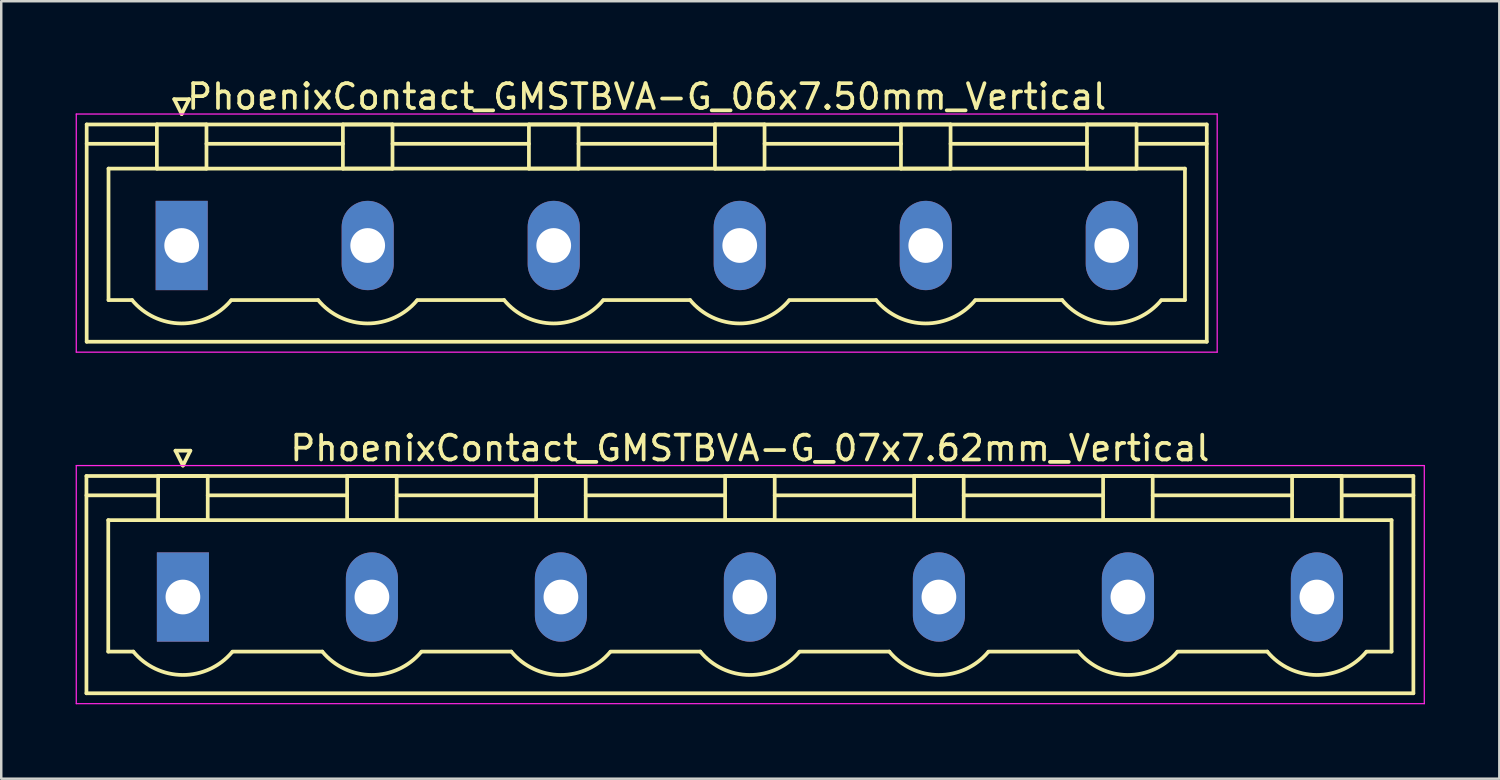
<source format=kicad_pcb>
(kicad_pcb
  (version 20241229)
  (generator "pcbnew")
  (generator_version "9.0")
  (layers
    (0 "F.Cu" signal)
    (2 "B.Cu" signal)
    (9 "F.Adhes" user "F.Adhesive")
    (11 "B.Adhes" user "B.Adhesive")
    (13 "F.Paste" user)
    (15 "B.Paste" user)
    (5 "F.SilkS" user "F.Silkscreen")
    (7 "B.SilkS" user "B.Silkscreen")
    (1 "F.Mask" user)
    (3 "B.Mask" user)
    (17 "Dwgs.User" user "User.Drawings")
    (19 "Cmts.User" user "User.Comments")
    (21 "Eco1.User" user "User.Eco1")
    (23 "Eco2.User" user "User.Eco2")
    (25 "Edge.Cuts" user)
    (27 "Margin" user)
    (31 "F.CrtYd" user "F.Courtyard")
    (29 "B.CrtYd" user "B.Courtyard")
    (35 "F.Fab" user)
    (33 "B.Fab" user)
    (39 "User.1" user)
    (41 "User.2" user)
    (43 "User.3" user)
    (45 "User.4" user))
  (footprint "PhoenixContact_GMSTBVA-G_07x7.62mm_Vertical"
    (layer "F.Cu")
    (at 4.325 21.021)
    (property "Reference" "PhoenixContact_GMSTBVA-G_07x7.62mm_Vertical" (at 22.86 -6 0) (layer "F.SilkS") (effects (font (size 1 1) (thickness 0.15))))
    (attr through_hole)
    (fp_line (start -3.89 -4.88) (end -3.89 3.88) (stroke (width 0.15) (type solid)) (layer "F.SilkS"))
    (fp_line (start -3.89 -4.1) (end -1.08 -4.1) (stroke (width 0.15) (type solid)) (layer "F.SilkS"))
    (fp_line (start -3.89 3.88) (end 49.61 3.88) (stroke (width 0.15) (type solid)) (layer "F.SilkS"))
    (fp_line (start -3.01 -3.1) (end 48.73 -3.1) (stroke (width 0.15) (type solid)) (layer "F.SilkS"))
    (fp_line (start -3.01 2.2) (end -3.01 -3.1) (stroke (width 0.15) (type solid)) (layer "F.SilkS"))
    (fp_line (start -2 2.2) (end -3.01 2.2) (stroke (width 0.15) (type solid)) (layer "F.SilkS"))
    (fp_line (start -1 -4.88) (end 1 -4.88) (stroke (width 0.15) (type solid)) (layer "F.SilkS"))
    (fp_line (start -1 -3.1) (end -1 -4.88) (stroke (width 0.15) (type solid)) (layer "F.SilkS"))
    (fp_line (start -0.3 -5.9) (end 0 -5.3) (stroke (width 0.15) (type solid)) (layer "F.SilkS"))
    (fp_line (start 0 -5.3) (end 0.3 -5.9) (stroke (width 0.15) (type solid)) (layer "F.SilkS"))
    (fp_line (start 0.3 -5.9) (end -0.3 -5.9) (stroke (width 0.15) (type solid)) (layer "F.SilkS"))
    (fp_line (start 1 -4.88) (end 1 -3.1) (stroke (width 0.15) (type solid)) (layer "F.SilkS"))
    (fp_line (start 1 -4.1) (end 6.62 -4.1) (stroke (width 0.15) (type solid)) (layer "F.SilkS"))
    (fp_line (start 1 -3.1) (end -1 -3.1) (stroke (width 0.15) (type solid)) (layer "F.SilkS"))
    (fp_line (start 2 2.2) (end 5.62 2.2) (stroke (width 0.15) (type solid)) (layer "F.SilkS"))
    (fp_line (start 6.62 -4.88) (end 8.62 -4.88) (stroke (width 0.15) (type solid)) (layer "F.SilkS"))
    (fp_line (start 6.62 -3.1) (end 6.62 -4.88) (stroke (width 0.15) (type solid)) (layer "F.SilkS"))
    (fp_line (start 8.62 -4.88) (end 8.62 -3.1) (stroke (width 0.15) (type solid)) (layer "F.SilkS"))
    (fp_line (start 8.62 -4.1) (end 14.24 -4.1) (stroke (width 0.15) (type solid)) (layer "F.SilkS"))
    (fp_line (start 8.62 -3.1) (end 6.62 -3.1) (stroke (width 0.15) (type solid)) (layer "F.SilkS"))
    (fp_line (start 9.62 2.2) (end 13.24 2.2) (stroke (width 0.15) (type solid)) (layer "F.SilkS"))
    (fp_line (start 14.24 -4.88) (end 16.24 -4.88) (stroke (width 0.15) (type solid)) (layer "F.SilkS"))
    (fp_line (start 14.24 -3.1) (end 14.24 -4.88) (stroke (width 0.15) (type solid)) (layer "F.SilkS"))
    (fp_line (start 16.24 -4.88) (end 16.24 -3.1) (stroke (width 0.15) (type solid)) (layer "F.SilkS"))
    (fp_line (start 16.24 -4.1) (end 21.86 -4.1) (stroke (width 0.15) (type solid)) (layer "F.SilkS"))
    (fp_line (start 16.24 -3.1) (end 14.24 -3.1) (stroke (width 0.15) (type solid)) (layer "F.SilkS"))
    (fp_line (start 17.24 2.2) (end 20.86 2.2) (stroke (width 0.15) (type solid)) (layer "F.SilkS"))
    (fp_line (start 21.86 -4.88) (end 23.86 -4.88) (stroke (width 0.15) (type solid)) (layer "F.SilkS"))
    (fp_line (start 21.86 -3.1) (end 21.86 -4.88) (stroke (width 0.15) (type solid)) (layer "F.SilkS"))
    (fp_line (start 23.86 -4.88) (end 23.86 -3.1) (stroke (width 0.15) (type solid)) (layer "F.SilkS"))
    (fp_line (start 23.86 -4.1) (end 29.48 -4.1) (stroke (width 0.15) (type solid)) (layer "F.SilkS"))
    (fp_line (start 23.86 -3.1) (end 21.86 -3.1) (stroke (width 0.15) (type solid)) (layer "F.SilkS"))
    (fp_line (start 24.86 2.2) (end 28.48 2.2) (stroke (width 0.15) (type solid)) (layer "F.SilkS"))
    (fp_line (start 29.48 -4.88) (end 31.48 -4.88) (stroke (width 0.15) (type solid)) (layer "F.SilkS"))
    (fp_line (start 29.48 -3.1) (end 29.48 -4.88) (stroke (width 0.15) (type solid)) (layer "F.SilkS"))
    (fp_line (start 31.48 -4.88) (end 31.48 -3.1) (stroke (width 0.15) (type solid)) (layer "F.SilkS"))
    (fp_line (start 31.48 -4.1) (end 37.1 -4.1) (stroke (width 0.15) (type solid)) (layer "F.SilkS"))
    (fp_line (start 31.48 -3.1) (end 29.48 -3.1) (stroke (width 0.15) (type solid)) (layer "F.SilkS"))
    (fp_line (start 32.48 2.2) (end 36.1 2.2) (stroke (width 0.15) (type solid)) (layer "F.SilkS"))
    (fp_line (start 37.1 -4.88) (end 39.1 -4.88) (stroke (width 0.15) (type solid)) (layer "F.SilkS"))
    (fp_line (start 37.1 -3.1) (end 37.1 -4.88) (stroke (width 0.15) (type solid)) (layer "F.SilkS"))
    (fp_line (start 39.1 -4.88) (end 39.1 -3.1) (stroke (width 0.15) (type solid)) (layer "F.SilkS"))
    (fp_line (start 39.1 -4.1) (end 44.72 -4.1) (stroke (width 0.15) (type solid)) (layer "F.SilkS"))
    (fp_line (start 39.1 -3.1) (end 37.1 -3.1) (stroke (width 0.15) (type solid)) (layer "F.SilkS"))
    (fp_line (start 40.1 2.2) (end 43.72 2.2) (stroke (width 0.15) (type solid)) (layer "F.SilkS"))
    (fp_line (start 44.72 -4.88) (end 46.72 -4.88) (stroke (width 0.15) (type solid)) (layer "F.SilkS"))
    (fp_line (start 44.72 -3.1) (end 44.72 -4.88) (stroke (width 0.15) (type solid)) (layer "F.SilkS"))
    (fp_line (start 46.72 -4.88) (end 46.72 -3.1) (stroke (width 0.15) (type solid)) (layer "F.SilkS"))
    (fp_line (start 46.72 -3.1) (end 44.72 -3.1) (stroke (width 0.15) (type solid)) (layer "F.SilkS"))
    (fp_line (start 48.73 -3.1) (end 48.73 2.2) (stroke (width 0.15) (type solid)) (layer "F.SilkS"))
    (fp_line (start 48.73 2.2) (end 47.72 2.2) (stroke (width 0.15) (type solid)) (layer "F.SilkS"))
    (fp_line (start 49.61 -4.88) (end -3.89 -4.88) (stroke (width 0.15) (type solid)) (layer "F.SilkS"))
    (fp_line (start 49.61 -4.1) (end 46.8 -4.1) (stroke (width 0.15) (type solid)) (layer "F.SilkS"))
    (fp_line (start 49.61 3.88) (end 49.61 -4.88) (stroke (width 0.15) (type solid)) (layer "F.SilkS"))
    (fp_arc (start 1.986842 2.215821) (mid -0.010289 3.142758) (end -2 2.2) (stroke (width 0.15) (type solid)) (layer "F.SilkS"))
    (fp_arc (start 9.606842 2.215821) (mid 7.609711 3.142758) (end 5.62 2.2) (stroke (width 0.15) (type solid)) (layer "F.SilkS"))
    (fp_arc (start 17.226842 2.215821) (mid 15.229711 3.142758) (end 13.24 2.2) (stroke (width 0.15) (type solid)) (layer "F.SilkS"))
    (fp_arc (start 24.846842 2.215821) (mid 22.849711 3.142758) (end 20.86 2.2) (stroke (width 0.15) (type solid)) (layer "F.SilkS"))
    (fp_arc (start 32.466842 2.215821) (mid 30.469711 3.142758) (end 28.48 2.2) (stroke (width 0.15) (type solid)) (layer "F.SilkS"))
    (fp_arc (start 40.086842 2.215821) (mid 38.089711 3.142758) (end 36.1 2.2) (stroke (width 0.15) (type solid)) (layer "F.SilkS"))
    (fp_arc (start 47.706842 2.215821) (mid 45.709711 3.142758) (end 43.72 2.2) (stroke (width 0.15) (type solid)) (layer "F.SilkS"))
    (fp_line (start -4.3 -5.3) (end -4.3 4.3) (stroke (width 0.05) (type solid)) (layer "F.CrtYd"))
    (fp_line (start -4.3 4.3) (end 50.05 4.3) (stroke (width 0.05) (type solid)) (layer "F.CrtYd"))
    (fp_line (start 50.05 -5.3) (end -4.3 -5.3) (stroke (width 0.05) (type solid)) (layer "F.CrtYd"))
    (fp_line (start 50.05 4.3) (end 50.05 -5.3) (stroke (width 0.05) (type solid)) (layer "F.CrtYd"))
    (pad "1" thru_hole rect (at 0 0) (size 2.1 3.6) (drill 1.4) (layers "*.Cu" "*.Mask"))
    (pad "2" thru_hole oval (at 7.62 0) (size 2.1 3.6) (drill 1.4) (layers "*.Cu" "*.Mask"))
    (pad "3" thru_hole oval (at 15.24 0) (size 2.1 3.6) (drill 1.4) (layers "*.Cu" "*.Mask"))
    (pad "4" thru_hole oval (at 22.86 0) (size 2.1 3.6) (drill 1.4) (layers "*.Cu" "*.Mask"))
    (pad "5" thru_hole oval (at 30.48 0) (size 2.1 3.6) (drill 1.4) (layers "*.Cu" "*.Mask"))
    (pad "6" thru_hole oval (at 38.1 0) (size 2.1 3.6) (drill 1.4) (layers "*.Cu" "*.Mask"))
    (pad "7" thru_hole oval (at 45.72 0) (size 2.1 3.6) (drill 1.4) (layers "*.Cu" "*.Mask")))
  (footprint "PhoenixContact_GMSTBVA-G_06x7.50mm_Vertical"
    (layer "F.Cu")
    (at 4.275 6.848)
    (property "Reference" "PhoenixContact_GMSTBVA-G_06x7.50mm_Vertical" (at 18.75 -6 0) (layer "F.SilkS") (effects (font (size 1 1) (thickness 0.15))))
    (attr through_hole)
    (fp_line (start -3.83 -4.88) (end -3.83 3.88) (stroke (width 0.15) (type solid)) (layer "F.SilkS"))
    (fp_line (start -3.83 -4.1) (end -1.08 -4.1) (stroke (width 0.15) (type solid)) (layer "F.SilkS"))
    (fp_line (start -3.83 3.88) (end 41.33 3.88) (stroke (width 0.15) (type solid)) (layer "F.SilkS"))
    (fp_line (start -2.95 -3.1) (end 40.45 -3.1) (stroke (width 0.15) (type solid)) (layer "F.SilkS"))
    (fp_line (start -2.95 2.2) (end -2.95 -3.1) (stroke (width 0.15) (type solid)) (layer "F.SilkS"))
    (fp_line (start -2 2.2) (end -2.95 2.2) (stroke (width 0.15) (type solid)) (layer "F.SilkS"))
    (fp_line (start -1 -4.88) (end 1 -4.88) (stroke (width 0.15) (type solid)) (layer "F.SilkS"))
    (fp_line (start -1 -3.1) (end -1 -4.88) (stroke (width 0.15) (type solid)) (layer "F.SilkS"))
    (fp_line (start -0.3 -5.9) (end 0 -5.3) (stroke (width 0.15) (type solid)) (layer "F.SilkS"))
    (fp_line (start 0 -5.3) (end 0.3 -5.9) (stroke (width 0.15) (type solid)) (layer "F.SilkS"))
    (fp_line (start 0.3 -5.9) (end -0.3 -5.9) (stroke (width 0.15) (type solid)) (layer "F.SilkS"))
    (fp_line (start 1 -4.88) (end 1 -3.1) (stroke (width 0.15) (type solid)) (layer "F.SilkS"))
    (fp_line (start 1 -4.1) (end 6.5 -4.1) (stroke (width 0.15) (type solid)) (layer "F.SilkS"))
    (fp_line (start 1 -3.1) (end -1 -3.1) (stroke (width 0.15) (type solid)) (layer "F.SilkS"))
    (fp_line (start 2 2.2) (end 5.5 2.2) (stroke (width 0.15) (type solid)) (layer "F.SilkS"))
    (fp_line (start 6.5 -4.88) (end 8.5 -4.88) (stroke (width 0.15) (type solid)) (layer "F.SilkS"))
    (fp_line (start 6.5 -3.1) (end 6.5 -4.88) (stroke (width 0.15) (type solid)) (layer "F.SilkS"))
    (fp_line (start 8.5 -4.88) (end 8.5 -3.1) (stroke (width 0.15) (type solid)) (layer "F.SilkS"))
    (fp_line (start 8.5 -4.1) (end 14 -4.1) (stroke (width 0.15) (type solid)) (layer "F.SilkS"))
    (fp_line (start 8.5 -3.1) (end 6.5 -3.1) (stroke (width 0.15) (type solid)) (layer "F.SilkS"))
    (fp_line (start 9.5 2.2) (end 13 2.2) (stroke (width 0.15) (type solid)) (layer "F.SilkS"))
    (fp_line (start 14 -4.88) (end 16 -4.88) (stroke (width 0.15) (type solid)) (layer "F.SilkS"))
    (fp_line (start 14 -3.1) (end 14 -4.88) (stroke (width 0.15) (type solid)) (layer "F.SilkS"))
    (fp_line (start 16 -4.88) (end 16 -3.1) (stroke (width 0.15) (type solid)) (layer "F.SilkS"))
    (fp_line (start 16 -4.1) (end 21.5 -4.1) (stroke (width 0.15) (type solid)) (layer "F.SilkS"))
    (fp_line (start 16 -3.1) (end 14 -3.1) (stroke (width 0.15) (type solid)) (layer "F.SilkS"))
    (fp_line (start 17 2.2) (end 20.5 2.2) (stroke (width 0.15) (type solid)) (layer "F.SilkS"))
    (fp_line (start 21.5 -4.88) (end 23.5 -4.88) (stroke (width 0.15) (type solid)) (layer "F.SilkS"))
    (fp_line (start 21.5 -3.1) (end 21.5 -4.88) (stroke (width 0.15) (type solid)) (layer "F.SilkS"))
    (fp_line (start 23.5 -4.88) (end 23.5 -3.1) (stroke (width 0.15) (type solid)) (layer "F.SilkS"))
    (fp_line (start 23.5 -4.1) (end 29 -4.1) (stroke (width 0.15) (type solid)) (layer "F.SilkS"))
    (fp_line (start 23.5 -3.1) (end 21.5 -3.1) (stroke (width 0.15) (type solid)) (layer "F.SilkS"))
    (fp_line (start 24.5 2.2) (end 28 2.2) (stroke (width 0.15) (type solid)) (layer "F.SilkS"))
    (fp_line (start 29 -4.88) (end 31 -4.88) (stroke (width 0.15) (type solid)) (layer "F.SilkS"))
    (fp_line (start 29 -3.1) (end 29 -4.88) (stroke (width 0.15) (type solid)) (layer "F.SilkS"))
    (fp_line (start 31 -4.88) (end 31 -3.1) (stroke (width 0.15) (type solid)) (layer "F.SilkS"))
    (fp_line (start 31 -4.1) (end 36.5 -4.1) (stroke (width 0.15) (type solid)) (layer "F.SilkS"))
    (fp_line (start 31 -3.1) (end 29 -3.1) (stroke (width 0.15) (type solid)) (layer "F.SilkS"))
    (fp_line (start 32 2.2) (end 35.5 2.2) (stroke (width 0.15) (type solid)) (layer "F.SilkS"))
    (fp_line (start 36.5 -4.88) (end 38.5 -4.88) (stroke (width 0.15) (type solid)) (layer "F.SilkS"))
    (fp_line (start 36.5 -3.1) (end 36.5 -4.88) (stroke (width 0.15) (type solid)) (layer "F.SilkS"))
    (fp_line (start 38.5 -4.88) (end 38.5 -3.1) (stroke (width 0.15) (type solid)) (layer "F.SilkS"))
    (fp_line (start 38.5 -3.1) (end 36.5 -3.1) (stroke (width 0.15) (type solid)) (layer "F.SilkS"))
    (fp_line (start 40.45 -3.1) (end 40.45 2.2) (stroke (width 0.15) (type solid)) (layer "F.SilkS"))
    (fp_line (start 40.45 2.2) (end 39.5 2.2) (stroke (width 0.15) (type solid)) (layer "F.SilkS"))
    (fp_line (start 41.33 -4.88) (end -3.83 -4.88) (stroke (width 0.15) (type solid)) (layer "F.SilkS"))
    (fp_line (start 41.33 -4.1) (end 38.58 -4.1) (stroke (width 0.15) (type solid)) (layer "F.SilkS"))
    (fp_line (start 41.33 3.88) (end 41.33 -4.88) (stroke (width 0.15) (type solid)) (layer "F.SilkS"))
    (fp_arc (start 1.986842 2.215821) (mid -0.010289 3.142758) (end -2 2.2) (stroke (width 0.15) (type solid)) (layer "F.SilkS"))
    (fp_arc (start 9.486842 2.215821) (mid 7.489711 3.142758) (end 5.5 2.2) (stroke (width 0.15) (type solid)) (layer "F.SilkS"))
    (fp_arc (start 16.986842 2.215821) (mid 14.989711 3.142758) (end 13 2.2) (stroke (width 0.15) (type solid)) (layer "F.SilkS"))
    (fp_arc (start 24.486842 2.215821) (mid 22.489711 3.142758) (end 20.5 2.2) (stroke (width 0.15) (type solid)) (layer "F.SilkS"))
    (fp_arc (start 31.986842 2.215821) (mid 29.989711 3.142758) (end 28 2.2) (stroke (width 0.15) (type solid)) (layer "F.SilkS"))
    (fp_arc (start 39.486842 2.215821) (mid 37.489711 3.142758) (end 35.5 2.2) (stroke (width 0.15) (type solid)) (layer "F.SilkS"))
    (fp_line (start -4.25 -5.3) (end -4.25 4.3) (stroke (width 0.05) (type solid)) (layer "F.CrtYd"))
    (fp_line (start -4.25 4.3) (end 41.75 4.3) (stroke (width 0.05) (type solid)) (layer "F.CrtYd"))
    (fp_line (start 41.75 -5.3) (end -4.25 -5.3) (stroke (width 0.05) (type solid)) (layer "F.CrtYd"))
    (fp_line (start 41.75 4.3) (end 41.75 -5.3) (stroke (width 0.05) (type solid)) (layer "F.CrtYd"))
    (pad "1" thru_hole rect (at 0 0) (size 2.1 3.6) (drill 1.4) (layers "*.Cu" "*.Mask"))
    (pad "2" thru_hole oval (at 7.5 0) (size 2.1 3.6) (drill 1.4) (layers "*.Cu" "*.Mask"))
    (pad "3" thru_hole oval (at 15 0) (size 2.1 3.6) (drill 1.4) (layers "*.Cu" "*.Mask"))
    (pad "4" thru_hole oval (at 22.5 0) (size 2.1 3.6) (drill 1.4) (layers "*.Cu" "*.Mask"))
    (pad "5" thru_hole oval (at 30 0) (size 2.1 3.6) (drill 1.4) (layers "*.Cu" "*.Mask"))
    (pad "6" thru_hole oval (at 37.5 0) (size 2.1 3.6) (drill 1.4) (layers "*.Cu" "*.Mask")))
  (gr_rect
    (start -3 -3)
    (end 57.4 28.346)
    (stroke (width 0.1) (type default))
    (fill no)
    (layer "Edge.Cuts")))
</source>
